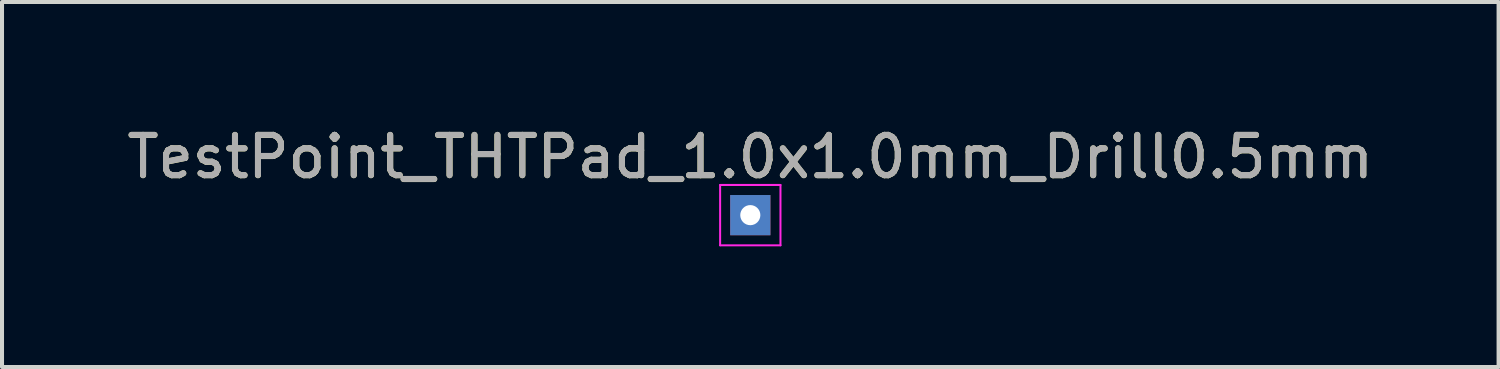
<source format=kicad_pcb>
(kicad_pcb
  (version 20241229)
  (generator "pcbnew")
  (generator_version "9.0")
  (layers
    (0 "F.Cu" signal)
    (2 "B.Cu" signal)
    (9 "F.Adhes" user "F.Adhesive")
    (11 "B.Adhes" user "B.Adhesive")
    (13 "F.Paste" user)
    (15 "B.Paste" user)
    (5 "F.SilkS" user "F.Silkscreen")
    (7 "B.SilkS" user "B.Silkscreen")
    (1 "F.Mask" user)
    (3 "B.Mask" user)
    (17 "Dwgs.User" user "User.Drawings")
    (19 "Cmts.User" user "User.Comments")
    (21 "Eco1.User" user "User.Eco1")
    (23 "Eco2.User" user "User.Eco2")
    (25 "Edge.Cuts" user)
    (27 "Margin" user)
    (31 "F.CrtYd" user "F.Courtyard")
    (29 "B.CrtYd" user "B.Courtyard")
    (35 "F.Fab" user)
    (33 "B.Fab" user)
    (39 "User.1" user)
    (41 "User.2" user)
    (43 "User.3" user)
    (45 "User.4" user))
  (footprint "TestPoint_THTPad_1.0x1.0mm_Drill0.5mm"
    (layer "F.Cu")
    (at 15.601 2.298)
    (property "Reference" "TestPoint_THTPad_1.0x1.0mm_Drill0.5mm" (at 0 -1.448 0) (layer "F.SilkS") (effects (font (size 1 1) (thickness 0.15))))
    (attr exclude_from_pos_files exclude_from_bom)
    (fp_line (start -0.75 -0.75) (end -0.75 0.75) (stroke (width 0.05) (type solid)) (layer "F.CrtYd"))
    (fp_line (start -0.75 -0.75) (end 0.75 -0.75) (stroke (width 0.05) (type solid)) (layer "F.CrtYd"))
    (fp_line (start 0.75 0.75) (end -0.75 0.75) (stroke (width 0.05) (type solid)) (layer "F.CrtYd"))
    (fp_line (start 0.75 0.75) (end 0.75 -0.75) (stroke (width 0.05) (type solid)) (layer "F.CrtYd"))
    (fp_text user "${REFERENCE}" (at 0 -1.45 0) (layer "F.Fab") (effects (font (size 1 1) (thickness 0.15))))
    (pad "1" thru_hole rect (at 0 0) (size 1 1) (drill 0.5) (layers "*.Cu" "*.Mask")))
  (gr_rect
    (start -3 -3)
    (end 34.202 6.073)
    (stroke (width 0.1) (type default))
    (fill no)
    (layer "Edge.Cuts")))
</source>
